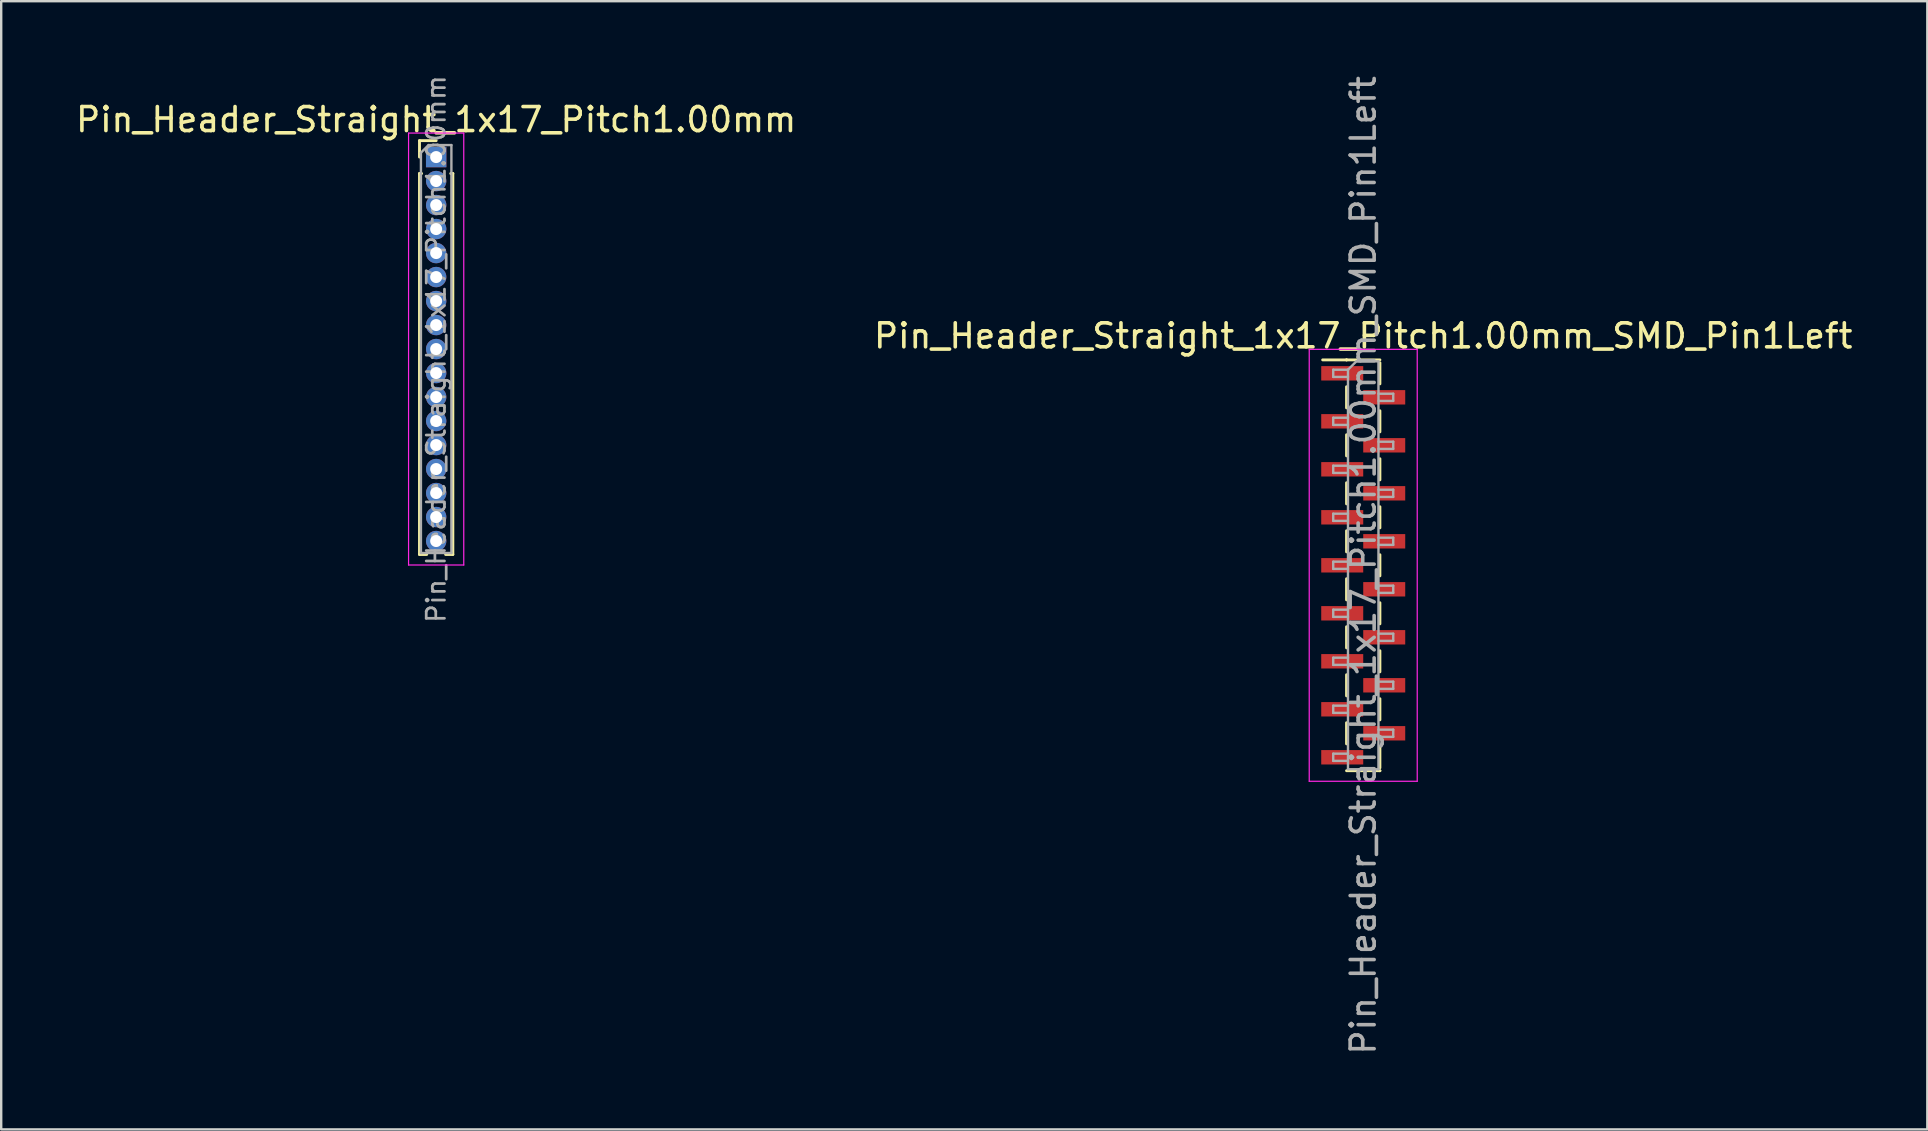
<source format=kicad_pcb>
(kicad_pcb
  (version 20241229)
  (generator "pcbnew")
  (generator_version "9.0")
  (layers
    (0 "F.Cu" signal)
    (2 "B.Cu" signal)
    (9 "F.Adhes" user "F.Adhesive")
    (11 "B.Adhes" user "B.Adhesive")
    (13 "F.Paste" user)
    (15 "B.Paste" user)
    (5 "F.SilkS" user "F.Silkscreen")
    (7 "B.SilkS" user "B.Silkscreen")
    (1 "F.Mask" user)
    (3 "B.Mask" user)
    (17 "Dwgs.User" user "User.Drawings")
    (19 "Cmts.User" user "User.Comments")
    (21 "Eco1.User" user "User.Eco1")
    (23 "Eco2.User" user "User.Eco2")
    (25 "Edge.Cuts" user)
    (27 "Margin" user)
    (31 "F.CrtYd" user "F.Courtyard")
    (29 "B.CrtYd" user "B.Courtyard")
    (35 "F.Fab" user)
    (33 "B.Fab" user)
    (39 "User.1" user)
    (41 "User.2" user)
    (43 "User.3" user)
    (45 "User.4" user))
  (footprint "Pin_Header_Straight_1x17_Pitch1.00mm"
    (layer "F.Cu")
    (at 15.125 3.495)
    (property "Reference" "Pin_Header_Straight_1x17_Pitch1.00mm" (at 0 -1.56 0) (layer "F.SilkS") (effects (font (size 1 1) (thickness 0.15))))
    (attr through_hole)
    (fp_line (start -0.695 -0.685) (end 0 -0.685) (stroke (width 0.12) (type solid)) (layer "F.SilkS"))
    (fp_line (start -0.695 0) (end -0.695 -0.685) (stroke (width 0.12) (type solid)) (layer "F.SilkS"))
    (fp_line (start -0.695 0.685) (end -0.695 16.56) (stroke (width 0.12) (type solid)) (layer "F.SilkS"))
    (fp_line (start -0.695 0.685) (end -0.608 0.685) (stroke (width 0.12) (type solid)) (layer "F.SilkS"))
    (fp_line (start -0.695 16.56) (end -0.394 16.56) (stroke (width 0.12) (type solid)) (layer "F.SilkS"))
    (fp_line (start 0.394 16.56) (end 0.695 16.56) (stroke (width 0.12) (type solid)) (layer "F.SilkS"))
    (fp_line (start 0.608 0.685) (end 0.695 0.685) (stroke (width 0.12) (type solid)) (layer "F.SilkS"))
    (fp_line (start 0.695 0.685) (end 0.695 16.56) (stroke (width 0.12) (type solid)) (layer "F.SilkS"))
    (fp_line (start -1.15 -1) (end -1.15 17) (stroke (width 0.05) (type solid)) (layer "F.CrtYd"))
    (fp_line (start -1.15 17) (end 1.15 17) (stroke (width 0.05) (type solid)) (layer "F.CrtYd"))
    (fp_line (start 1.15 -1) (end -1.15 -1) (stroke (width 0.05) (type solid)) (layer "F.CrtYd"))
    (fp_line (start 1.15 17) (end 1.15 -1) (stroke (width 0.05) (type solid)) (layer "F.CrtYd"))
    (fp_line (start -0.635 -0.182) (end -0.318 -0.5) (stroke (width 0.1) (type solid)) (layer "F.Fab"))
    (fp_line (start -0.635 16.5) (end -0.635 -0.182) (stroke (width 0.1) (type solid)) (layer "F.Fab"))
    (fp_line (start -0.318 -0.5) (end 0.635 -0.5) (stroke (width 0.1) (type solid)) (layer "F.Fab"))
    (fp_line (start 0.635 -0.5) (end 0.635 16.5) (stroke (width 0.1) (type solid)) (layer "F.Fab"))
    (fp_line (start 0.635 16.5) (end -0.635 16.5) (stroke (width 0.1) (type solid)) (layer "F.Fab"))
    (fp_text user "${REFERENCE}" (at 0 8 90) (layer "F.Fab") (effects (font (size 0.76 0.76) (thickness 0.114))))
    (pad "1" thru_hole rect (at 0 0) (size 0.85 0.85) (drill 0.5) (layers "*.Cu" "*.Mask"))
    (pad "2" thru_hole oval (at 0 1) (size 0.85 0.85) (drill 0.5) (layers "*.Cu" "*.Mask"))
    (pad "3" thru_hole oval (at 0 2) (size 0.85 0.85) (drill 0.5) (layers "*.Cu" "*.Mask"))
    (pad "4" thru_hole oval (at 0 3) (size 0.85 0.85) (drill 0.5) (layers "*.Cu" "*.Mask"))
    (pad "5" thru_hole oval (at 0 4) (size 0.85 0.85) (drill 0.5) (layers "*.Cu" "*.Mask"))
    (pad "6" thru_hole oval (at 0 5) (size 0.85 0.85) (drill 0.5) (layers "*.Cu" "*.Mask"))
    (pad "7" thru_hole oval (at 0 6) (size 0.85 0.85) (drill 0.5) (layers "*.Cu" "*.Mask"))
    (pad "8" thru_hole oval (at 0 7) (size 0.85 0.85) (drill 0.5) (layers "*.Cu" "*.Mask"))
    (pad "9" thru_hole oval (at 0 8) (size 0.85 0.85) (drill 0.5) (layers "*.Cu" "*.Mask"))
    (pad "10" thru_hole oval (at 0 9) (size 0.85 0.85) (drill 0.5) (layers "*.Cu" "*.Mask"))
    (pad "11" thru_hole oval (at 0 10) (size 0.85 0.85) (drill 0.5) (layers "*.Cu" "*.Mask"))
    (pad "12" thru_hole oval (at 0 11) (size 0.85 0.85) (drill 0.5) (layers "*.Cu" "*.Mask"))
    (pad "13" thru_hole oval (at 0 12) (size 0.85 0.85) (drill 0.5) (layers "*.Cu" "*.Mask"))
    (pad "14" thru_hole oval (at 0 13) (size 0.85 0.85) (drill 0.5) (layers "*.Cu" "*.Mask"))
    (pad "15" thru_hole oval (at 0 14) (size 0.85 0.85) (drill 0.5) (layers "*.Cu" "*.Mask"))
    (pad "16" thru_hole oval (at 0 15) (size 0.85 0.85) (drill 0.5) (layers "*.Cu" "*.Mask"))
    (pad "17" thru_hole oval (at 0 16) (size 0.85 0.85) (drill 0.5) (layers "*.Cu" "*.Mask")))
  (footprint "Pin_Header_Straight_1x17_Pitch1.00mm_SMD_Pin1Left"
    (layer "F.Cu")
    (at 53.756 20.506)
    (property "Reference" "Pin_Header_Straight_1x17_Pitch1.00mm_SMD_Pin1Left" (at 0 -9.56 0) (layer "F.SilkS") (effects (font (size 1 1) (thickness 0.15))))
    (attr smd)
    (fp_line (start -0.695 -8.56) (end -1.69 -8.56) (stroke (width 0.12) (type solid)) (layer "F.SilkS"))
    (fp_line (start -0.695 -8.56) (end -0.695 -8.56) (stroke (width 0.12) (type solid)) (layer "F.SilkS"))
    (fp_line (start -0.695 -8.56) (end 0.695 -8.56) (stroke (width 0.12) (type solid)) (layer "F.SilkS"))
    (fp_line (start -0.695 -7.44) (end -0.695 -6.56) (stroke (width 0.12) (type solid)) (layer "F.SilkS"))
    (fp_line (start -0.695 -5.44) (end -0.695 -4.56) (stroke (width 0.12) (type solid)) (layer "F.SilkS"))
    (fp_line (start -0.695 -3.44) (end -0.695 -2.56) (stroke (width 0.12) (type solid)) (layer "F.SilkS"))
    (fp_line (start -0.695 -1.44) (end -0.695 -0.56) (stroke (width 0.12) (type solid)) (layer "F.SilkS"))
    (fp_line (start -0.695 0.56) (end -0.695 1.44) (stroke (width 0.12) (type solid)) (layer "F.SilkS"))
    (fp_line (start -0.695 2.56) (end -0.695 3.44) (stroke (width 0.12) (type solid)) (layer "F.SilkS"))
    (fp_line (start -0.695 4.56) (end -0.695 5.44) (stroke (width 0.12) (type solid)) (layer "F.SilkS"))
    (fp_line (start -0.695 6.56) (end -0.695 7.44) (stroke (width 0.12) (type solid)) (layer "F.SilkS"))
    (fp_line (start -0.695 8.56) (end 0.695 8.56) (stroke (width 0.12) (type solid)) (layer "F.SilkS"))
    (fp_line (start 0.695 -8.44) (end 0.695 -7.56) (stroke (width 0.12) (type solid)) (layer "F.SilkS"))
    (fp_line (start 0.695 -6.44) (end 0.695 -5.56) (stroke (width 0.12) (type solid)) (layer "F.SilkS"))
    (fp_line (start 0.695 -4.44) (end 0.695 -3.56) (stroke (width 0.12) (type solid)) (layer "F.SilkS"))
    (fp_line (start 0.695 -2.44) (end 0.695 -1.56) (stroke (width 0.12) (type solid)) (layer "F.SilkS"))
    (fp_line (start 0.695 -0.44) (end 0.695 0.44) (stroke (width 0.12) (type solid)) (layer "F.SilkS"))
    (fp_line (start 0.695 1.56) (end 0.695 2.44) (stroke (width 0.12) (type solid)) (layer "F.SilkS"))
    (fp_line (start 0.695 3.56) (end 0.695 4.44) (stroke (width 0.12) (type solid)) (layer "F.SilkS"))
    (fp_line (start 0.695 5.56) (end 0.695 6.44) (stroke (width 0.12) (type solid)) (layer "F.SilkS"))
    (fp_line (start 0.695 7.56) (end 0.695 8.44) (stroke (width 0.12) (type solid)) (layer "F.SilkS"))
    (fp_line (start 0.695 8.56) (end 0.695 8.56) (stroke (width 0.12) (type solid)) (layer "F.SilkS"))
    (fp_line (start -2.25 -9) (end -2.25 9) (stroke (width 0.05) (type solid)) (layer "F.CrtYd"))
    (fp_line (start -2.25 9) (end 2.25 9) (stroke (width 0.05) (type solid)) (layer "F.CrtYd"))
    (fp_line (start 2.25 -9) (end -2.25 -9) (stroke (width 0.05) (type solid)) (layer "F.CrtYd"))
    (fp_line (start 2.25 9) (end 2.25 -9) (stroke (width 0.05) (type solid)) (layer "F.CrtYd"))
    (fp_line (start -1.25 -8.15) (end -1.25 -7.85) (stroke (width 0.1) (type solid)) (layer "F.Fab"))
    (fp_line (start -1.25 -7.85) (end -0.635 -7.85) (stroke (width 0.1) (type solid)) (layer "F.Fab"))
    (fp_line (start -1.25 -6.15) (end -1.25 -5.85) (stroke (width 0.1) (type solid)) (layer "F.Fab"))
    (fp_line (start -1.25 -5.85) (end -0.635 -5.85) (stroke (width 0.1) (type solid)) (layer "F.Fab"))
    (fp_line (start -1.25 -4.15) (end -1.25 -3.85) (stroke (width 0.1) (type solid)) (layer "F.Fab"))
    (fp_line (start -1.25 -3.85) (end -0.635 -3.85) (stroke (width 0.1) (type solid)) (layer "F.Fab"))
    (fp_line (start -1.25 -2.15) (end -1.25 -1.85) (stroke (width 0.1) (type solid)) (layer "F.Fab"))
    (fp_line (start -1.25 -1.85) (end -0.635 -1.85) (stroke (width 0.1) (type solid)) (layer "F.Fab"))
    (fp_line (start -1.25 -0.15) (end -1.25 0.15) (stroke (width 0.1) (type solid)) (layer "F.Fab"))
    (fp_line (start -1.25 0.15) (end -0.635 0.15) (stroke (width 0.1) (type solid)) (layer "F.Fab"))
    (fp_line (start -1.25 1.85) (end -1.25 2.15) (stroke (width 0.1) (type solid)) (layer "F.Fab"))
    (fp_line (start -1.25 2.15) (end -0.635 2.15) (stroke (width 0.1) (type solid)) (layer "F.Fab"))
    (fp_line (start -1.25 3.85) (end -1.25 4.15) (stroke (width 0.1) (type solid)) (layer "F.Fab"))
    (fp_line (start -1.25 4.15) (end -0.635 4.15) (stroke (width 0.1) (type solid)) (layer "F.Fab"))
    (fp_line (start -1.25 5.85) (end -1.25 6.15) (stroke (width 0.1) (type solid)) (layer "F.Fab"))
    (fp_line (start -1.25 6.15) (end -0.635 6.15) (stroke (width 0.1) (type solid)) (layer "F.Fab"))
    (fp_line (start -1.25 7.85) (end -1.25 8.15) (stroke (width 0.1) (type solid)) (layer "F.Fab"))
    (fp_line (start -1.25 8.15) (end -0.635 8.15) (stroke (width 0.1) (type solid)) (layer "F.Fab"))
    (fp_line (start -0.635 -8.15) (end -1.25 -8.15) (stroke (width 0.1) (type solid)) (layer "F.Fab"))
    (fp_line (start -0.635 -8.15) (end -0.285 -8.5) (stroke (width 0.1) (type solid)) (layer "F.Fab"))
    (fp_line (start -0.635 -6.15) (end -1.25 -6.15) (stroke (width 0.1) (type solid)) (layer "F.Fab"))
    (fp_line (start -0.635 -4.15) (end -1.25 -4.15) (stroke (width 0.1) (type solid)) (layer "F.Fab"))
    (fp_line (start -0.635 -2.15) (end -1.25 -2.15) (stroke (width 0.1) (type solid)) (layer "F.Fab"))
    (fp_line (start -0.635 -0.15) (end -1.25 -0.15) (stroke (width 0.1) (type solid)) (layer "F.Fab"))
    (fp_line (start -0.635 1.85) (end -1.25 1.85) (stroke (width 0.1) (type solid)) (layer "F.Fab"))
    (fp_line (start -0.635 3.85) (end -1.25 3.85) (stroke (width 0.1) (type solid)) (layer "F.Fab"))
    (fp_line (start -0.635 5.85) (end -1.25 5.85) (stroke (width 0.1) (type solid)) (layer "F.Fab"))
    (fp_line (start -0.635 7.85) (end -1.25 7.85) (stroke (width 0.1) (type solid)) (layer "F.Fab"))
    (fp_line (start -0.635 8.5) (end -0.635 -8.15) (stroke (width 0.1) (type solid)) (layer "F.Fab"))
    (fp_line (start -0.285 -8.5) (end 0.635 -8.5) (stroke (width 0.1) (type solid)) (layer "F.Fab"))
    (fp_line (start 0.635 -8.5) (end 0.635 8.5) (stroke (width 0.1) (type solid)) (layer "F.Fab"))
    (fp_line (start 0.635 -7.15) (end 1.25 -7.15) (stroke (width 0.1) (type solid)) (layer "F.Fab"))
    (fp_line (start 0.635 -5.15) (end 1.25 -5.15) (stroke (width 0.1) (type solid)) (layer "F.Fab"))
    (fp_line (start 0.635 -3.15) (end 1.25 -3.15) (stroke (width 0.1) (type solid)) (layer "F.Fab"))
    (fp_line (start 0.635 -1.15) (end 1.25 -1.15) (stroke (width 0.1) (type solid)) (layer "F.Fab"))
    (fp_line (start 0.635 0.85) (end 1.25 0.85) (stroke (width 0.1) (type solid)) (layer "F.Fab"))
    (fp_line (start 0.635 2.85) (end 1.25 2.85) (stroke (width 0.1) (type solid)) (layer "F.Fab"))
    (fp_line (start 0.635 4.85) (end 1.25 4.85) (stroke (width 0.1) (type solid)) (layer "F.Fab"))
    (fp_line (start 0.635 6.85) (end 1.25 6.85) (stroke (width 0.1) (type solid)) (layer "F.Fab"))
    (fp_line (start 0.635 8.5) (end -0.635 8.5) (stroke (width 0.1) (type solid)) (layer "F.Fab"))
    (fp_line (start 1.25 -7.15) (end 1.25 -6.85) (stroke (width 0.1) (type solid)) (layer "F.Fab"))
    (fp_line (start 1.25 -6.85) (end 0.635 -6.85) (stroke (width 0.1) (type solid)) (layer "F.Fab"))
    (fp_line (start 1.25 -5.15) (end 1.25 -4.85) (stroke (width 0.1) (type solid)) (layer "F.Fab"))
    (fp_line (start 1.25 -4.85) (end 0.635 -4.85) (stroke (width 0.1) (type solid)) (layer "F.Fab"))
    (fp_line (start 1.25 -3.15) (end 1.25 -2.85) (stroke (width 0.1) (type solid)) (layer "F.Fab"))
    (fp_line (start 1.25 -2.85) (end 0.635 -2.85) (stroke (width 0.1) (type solid)) (layer "F.Fab"))
    (fp_line (start 1.25 -1.15) (end 1.25 -0.85) (stroke (width 0.1) (type solid)) (layer "F.Fab"))
    (fp_line (start 1.25 -0.85) (end 0.635 -0.85) (stroke (width 0.1) (type solid)) (layer "F.Fab"))
    (fp_line (start 1.25 0.85) (end 1.25 1.15) (stroke (width 0.1) (type solid)) (layer "F.Fab"))
    (fp_line (start 1.25 1.15) (end 0.635 1.15) (stroke (width 0.1) (type solid)) (layer "F.Fab"))
    (fp_line (start 1.25 2.85) (end 1.25 3.15) (stroke (width 0.1) (type solid)) (layer "F.Fab"))
    (fp_line (start 1.25 3.15) (end 0.635 3.15) (stroke (width 0.1) (type solid)) (layer "F.Fab"))
    (fp_line (start 1.25 4.85) (end 1.25 5.15) (stroke (width 0.1) (type solid)) (layer "F.Fab"))
    (fp_line (start 1.25 5.15) (end 0.635 5.15) (stroke (width 0.1) (type solid)) (layer "F.Fab"))
    (fp_line (start 1.25 6.85) (end 1.25 7.15) (stroke (width 0.1) (type solid)) (layer "F.Fab"))
    (fp_line (start 1.25 7.15) (end 0.635 7.15) (stroke (width 0.1) (type solid)) (layer "F.Fab"))
    (fp_text user "${REFERENCE}" (at 0 0 90) (layer "F.Fab") (effects (font (size 1 1) (thickness 0.15))))
    (pad "1" smd rect (at -0.875 -8) (size 1.75 0.6) (layers "F.Cu" "F.Mask" "F.Paste"))
    (pad "2" smd rect (at 0.875 -7) (size 1.75 0.6) (layers "F.Cu" "F.Mask" "F.Paste"))
    (pad "3" smd rect (at -0.875 -6) (size 1.75 0.6) (layers "F.Cu" "F.Mask" "F.Paste"))
    (pad "4" smd rect (at 0.875 -5) (size 1.75 0.6) (layers "F.Cu" "F.Mask" "F.Paste"))
    (pad "5" smd rect (at -0.875 -4) (size 1.75 0.6) (layers "F.Cu" "F.Mask" "F.Paste"))
    (pad "6" smd rect (at 0.875 -3) (size 1.75 0.6) (layers "F.Cu" "F.Mask" "F.Paste"))
    (pad "7" smd rect (at -0.875 -2) (size 1.75 0.6) (layers "F.Cu" "F.Mask" "F.Paste"))
    (pad "8" smd rect (at 0.875 -1) (size 1.75 0.6) (layers "F.Cu" "F.Mask" "F.Paste"))
    (pad "9" smd rect (at -0.875 0) (size 1.75 0.6) (layers "F.Cu" "F.Mask" "F.Paste"))
    (pad "10" smd rect (at 0.875 1) (size 1.75 0.6) (layers "F.Cu" "F.Mask" "F.Paste"))
    (pad "11" smd rect (at -0.875 2) (size 1.75 0.6) (layers "F.Cu" "F.Mask" "F.Paste"))
    (pad "12" smd rect (at 0.875 3) (size 1.75 0.6) (layers "F.Cu" "F.Mask" "F.Paste"))
    (pad "13" smd rect (at -0.875 4) (size 1.75 0.6) (layers "F.Cu" "F.Mask" "F.Paste"))
    (pad "14" smd rect (at 0.875 5) (size 1.75 0.6) (layers "F.Cu" "F.Mask" "F.Paste"))
    (pad "15" smd rect (at -0.875 6) (size 1.75 0.6) (layers "F.Cu" "F.Mask" "F.Paste"))
    (pad "16" smd rect (at 0.875 7) (size 1.75 0.6) (layers "F.Cu" "F.Mask" "F.Paste"))
    (pad "17" smd rect (at -0.875 8) (size 1.75 0.6) (layers "F.Cu" "F.Mask" "F.Paste")))
  (gr_rect
    (start -3 -3)
    (end 77.262 44.012)
    (stroke (width 0.1) (type default))
    (fill no)
    (layer "Edge.Cuts")))
</source>
